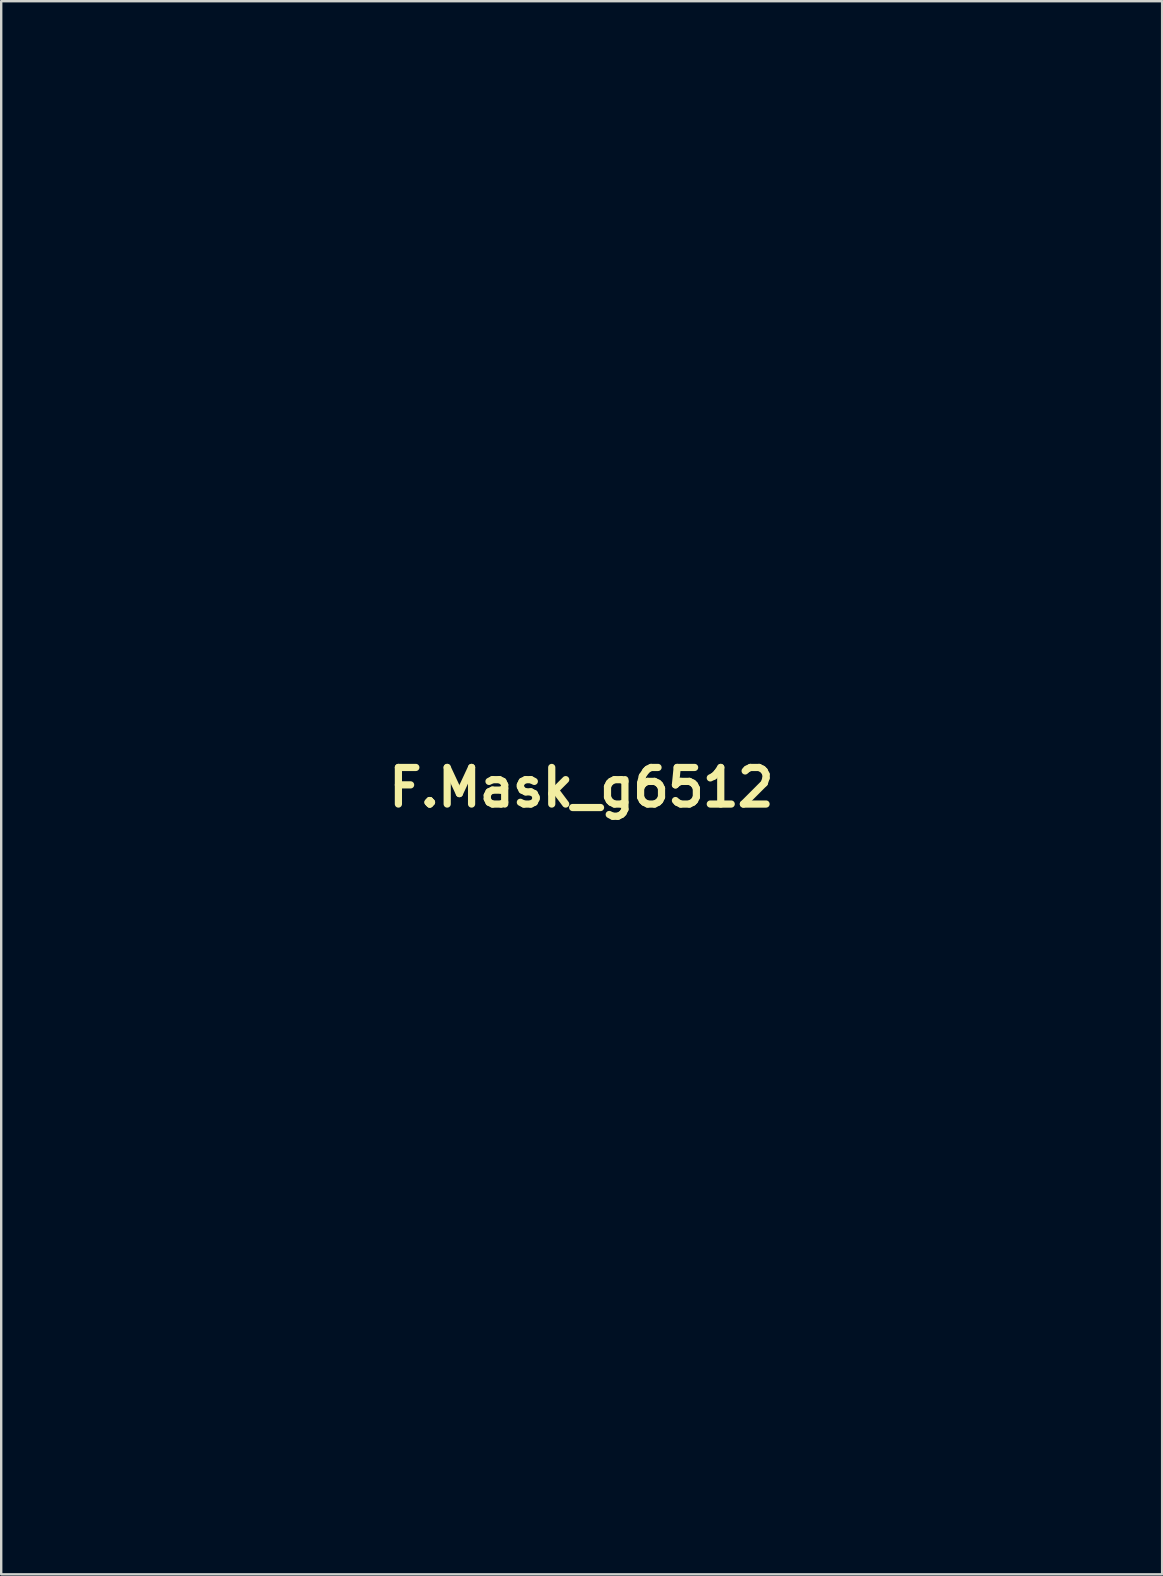
<source format=kicad_pcb>
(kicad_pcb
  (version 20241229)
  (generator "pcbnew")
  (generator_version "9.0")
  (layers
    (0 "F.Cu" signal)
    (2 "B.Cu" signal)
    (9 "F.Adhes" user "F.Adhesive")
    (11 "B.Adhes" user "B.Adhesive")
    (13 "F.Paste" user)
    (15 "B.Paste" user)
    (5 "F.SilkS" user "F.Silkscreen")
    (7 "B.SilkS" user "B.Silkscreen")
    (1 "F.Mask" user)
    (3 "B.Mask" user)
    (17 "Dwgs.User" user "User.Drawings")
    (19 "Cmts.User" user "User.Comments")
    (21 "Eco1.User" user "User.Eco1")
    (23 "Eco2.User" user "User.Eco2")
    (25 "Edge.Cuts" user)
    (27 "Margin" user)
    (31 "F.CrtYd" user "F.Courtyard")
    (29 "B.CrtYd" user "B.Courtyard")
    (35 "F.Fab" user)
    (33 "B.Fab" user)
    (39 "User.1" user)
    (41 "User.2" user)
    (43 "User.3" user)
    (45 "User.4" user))
  (footprint "F.Mask_g6512"
    (layer "F.Cu")
    (at 21.163 29.748)
    (property "Reference" "F.Mask_g6512" (at 0 0 0) (layer "F.SilkS") (effects (font (size 1.524 1.524) (thickness 0.3))))
    (attr through_hole)
    (fp_poly (pts (xy -18.923 11.506) (xy -21.057 11.506) (xy -21.044 10.173) (xy -18.923 10.159) (xy -18.923 11.506)) (stroke (width 0.01) (type solid)) (fill yes) (layer "F.Mask"))
    (fp_poly (pts (xy -18.923 14.046) (xy -21.057 14.046) (xy -21.044 12.713) (xy -18.923 12.699) (xy -18.923 14.046)) (stroke (width 0.01) (type solid)) (fill yes) (layer "F.Mask"))
    (fp_poly (pts (xy -18.923 16.586) (xy -21.057 16.586) (xy -21.044 15.253) (xy -18.923 15.239) (xy -18.923 16.586)) (stroke (width 0.01) (type solid)) (fill yes) (layer "F.Mask"))
    (fp_poly (pts (xy -7.036 26.949) (xy -7.341 26.949) (xy -7.341 25.832) (xy -7.036 25.832) (xy -7.036 26.949)) (stroke (width 0.01) (type solid)) (fill yes) (layer "F.Mask"))
    (fp_poly (pts (xy 21.082 11.506) (xy 18.948 11.506) (xy 18.948 10.16) (xy 21.082 10.16) (xy 21.082 11.506)) (stroke (width 0.01) (type solid)) (fill yes) (layer "F.Mask"))
    (fp_poly (pts (xy 21.082 14.046) (xy 18.948 14.046) (xy 18.948 12.7) (xy 21.082 12.7) (xy 21.082 14.046)) (stroke (width 0.01) (type solid)) (fill yes) (layer "F.Mask"))
    (fp_poly (pts (xy 21.082 16.586) (xy 18.948 16.586) (xy 18.948 15.24) (xy 21.082 15.24) (xy 21.082 16.586)) (stroke (width 0.01) (type solid)) (fill yes) (layer "F.Mask"))
    (fp_poly (pts (xy -7.106 25.371) (xy -7.036 25.425) (xy -6.992 25.498) (xy -6.985 25.54) (xy -7.007 25.621) (xy -7.063 25.683) (xy -7.14 25.719) (xy -7.224 25.724) (xy -7.3 25.693) (xy -7.315 25.679) (xy -7.361 25.604) (xy -7.367 25.52) (xy -7.34 25.44) (xy -7.284 25.379) (xy -7.204 25.35) (xy -7.187 25.349) (xy -7.106 25.371)) (stroke (width 0.01) (type solid)) (fill yes) (layer "F.Mask"))
    (fp_poly (pts (xy -2.704 26.556) (xy -2.619 26.613) (xy -2.614 26.617) (xy -2.554 26.702) (xy -2.545 26.787) (xy -2.587 26.871) (xy -2.597 26.884) (xy -2.681 26.947) (xy -2.772 26.963) (xy -2.845 26.943) (xy -2.92 26.879) (xy -2.956 26.796) (xy -2.952 26.705) (xy -2.907 26.622) (xy -2.877 26.593) (xy -2.79 26.549) (xy -2.704 26.556)) (stroke (width 0.01) (type solid)) (fill yes) (layer "F.Mask"))
    (fp_poly (pts (xy -6.401 25.832) (xy -6.096 25.832) (xy -6.096 26.111) (xy -6.403 26.111) (xy -6.395 26.384) (xy -6.388 26.657) (xy -6.242 26.665) (xy -6.096 26.673) (xy -6.096 26.949) (xy -6.267 26.947) (xy -6.361 26.945) (xy -6.437 26.939) (xy -6.477 26.933) (xy -6.561 26.9) (xy -6.622 26.858) (xy -6.664 26.8) (xy -6.689 26.718) (xy -6.702 26.603) (xy -6.706 26.447) (xy -6.706 26.417) (xy -6.706 26.111) (xy -6.883 26.111) (xy -6.883 25.832) (xy -6.706 25.832) (xy -6.706 25.578) (xy -6.401 25.578) (xy -6.401 25.832)) (stroke (width 0.01) (type solid)) (fill yes) (layer "F.Mask"))
    (fp_poly (pts (xy -20.371 21.328) (xy -16.402 25.155) (xy -12.433 28.981) (xy 12.46 28.981) (xy 16.428 25.155) (xy 20.396 21.329) (xy 20.396 19.669) (xy 20.396 18.009) (xy 21.184 18.009) (xy 21.183 20.149) (xy 21.181 22.288) (xy 20.617 22.827) (xy 20.539 22.902) (xy 20.426 23.011) (xy 20.281 23.15) (xy 20.107 23.318) (xy 19.904 23.512) (xy 19.677 23.731) (xy 19.426 23.973) (xy 19.155 24.234) (xy 18.865 24.514) (xy 18.559 24.809) (xy 18.239 25.117) (xy 17.907 25.438) (xy 17.566 25.767) (xy 17.217 26.103) (xy 16.864 26.445) (xy 16.739 26.565) (xy 13.424 29.765) (xy -13.399 29.765) (xy -17.272 26.027) (xy -21.145 22.289) (xy -21.152 20.149) (xy -21.158 18.009) (xy -20.371 18.009) (xy -20.371 21.328)) (stroke (width 0.01) (type solid)) (fill yes) (layer "F.Mask"))
    (fp_poly (pts (xy -4.406 26.307) (xy -4.456 26.456) (xy -4.502 26.591) (xy -4.54 26.702) (xy -4.568 26.783) (xy -4.583 26.825) (xy -4.584 26.827) (xy -4.633 26.887) (xy -4.717 26.934) (xy -4.819 26.96) (xy -4.923 26.962) (xy -4.945 26.958) (xy -4.993 26.942) (xy -5.036 26.914) (xy -5.076 26.866) (xy -5.117 26.794) (xy -5.162 26.692) (xy -5.214 26.553) (xy -5.277 26.372) (xy -5.29 26.332) (xy -5.457 25.832) (xy -5.114 25.832) (xy -4.989 26.238) (xy -4.947 26.372) (xy -4.909 26.488) (xy -4.878 26.577) (xy -4.857 26.631) (xy -4.85 26.644) (xy -4.838 26.621) (xy -4.813 26.558) (xy -4.78 26.462) (xy -4.74 26.342) (xy -4.709 26.245) (xy -4.583 25.845) (xy -4.414 25.837) (xy -4.245 25.83) (xy -4.406 26.307)) (stroke (width 0.01) (type solid)) (fill yes) (layer "F.Mask"))
    (fp_poly (pts (xy -8.433 26.06) (xy -8.312 26.06) (xy -8.171 26.049) (xy -8.057 26.018) (xy -7.979 25.97) (xy -7.964 25.952) (xy -7.943 25.903) (xy -7.93 25.822) (xy -7.925 25.701) (xy -7.925 25.661) (xy -7.925 25.425) (xy -7.595 25.425) (xy -7.595 25.66) (xy -7.599 25.824) (xy -7.615 25.949) (xy -7.645 26.045) (xy -7.691 26.123) (xy -7.746 26.183) (xy -7.842 26.275) (xy -7.751 26.46) (xy -7.705 26.551) (xy -7.671 26.606) (xy -7.641 26.634) (xy -7.604 26.643) (xy -7.564 26.645) (xy -7.468 26.645) (xy -7.468 26.955) (xy -7.632 26.945) (xy -7.737 26.933) (xy -7.819 26.908) (xy -7.886 26.861) (xy -7.947 26.787) (xy -8.012 26.676) (xy -8.057 26.585) (xy -8.177 26.34) (xy -8.433 26.34) (xy -8.433 26.949) (xy -8.763 26.949) (xy -8.763 25.425) (xy -8.433 25.425) (xy -8.433 26.06)) (stroke (width 0.01) (type solid)) (fill yes) (layer "F.Mask"))
    (fp_poly (pts (xy -12.84 25.431) (xy -12.694 25.436) (xy -12.587 25.443) (xy -12.508 25.452) (xy -12.445 25.466) (xy -12.387 25.487) (xy -12.322 25.518) (xy -12.308 25.524) (xy -12.148 25.625) (xy -12.031 25.748) (xy -11.955 25.898) (xy -11.919 26.078) (xy -11.916 26.233) (xy -11.941 26.421) (xy -12 26.576) (xy -12.096 26.704) (xy -12.176 26.774) (xy -12.256 26.83) (xy -12.333 26.871) (xy -12.417 26.9) (xy -12.519 26.92) (xy -12.65 26.933) (xy -12.82 26.941) (xy -12.846 26.942) (xy -13.208 26.956) (xy -13.208 26.645) (xy -12.878 26.645) (xy -12.719 26.644) (xy -12.598 26.636) (xy -12.503 26.608) (xy -12.461 26.587) (xy -12.344 26.498) (xy -12.271 26.387) (xy -12.243 26.292) (xy -12.235 26.129) (xy -12.271 25.988) (xy -12.347 25.873) (xy -12.459 25.789) (xy -12.603 25.741) (xy -12.719 25.731) (xy -12.878 25.73) (xy -12.878 26.645) (xy -13.208 26.645) (xy -13.208 25.418) (xy -12.84 25.431)) (stroke (width 0.01) (type solid)) (fill yes) (layer "F.Mask"))
    (fp_poly (pts (xy -10.211 26.239) (xy -10.167 26.372) (xy -10.126 26.485) (xy -10.092 26.571) (xy -10.068 26.621) (xy -10.057 26.631) (xy -10.034 26.596) (xy -10.033 26.589) (xy -10.026 26.557) (xy -10.005 26.485) (xy -9.975 26.383) (xy -9.937 26.261) (xy -9.917 26.197) (xy -9.802 25.832) (xy -9.638 25.832) (xy -9.54 25.836) (xy -9.488 25.847) (xy -9.476 25.864) (xy -9.485 25.896) (xy -9.508 25.969) (xy -9.543 26.074) (xy -9.587 26.204) (xy -9.638 26.35) (xy -9.647 26.376) (xy -9.712 26.555) (xy -9.765 26.693) (xy -9.81 26.794) (xy -9.851 26.865) (xy -9.893 26.912) (xy -9.939 26.94) (xy -9.993 26.956) (xy -10.034 26.963) (xy -10.122 26.961) (xy -10.203 26.939) (xy -10.272 26.895) (xy -10.324 26.84) (xy -10.342 26.802) (xy -10.372 26.726) (xy -10.411 26.62) (xy -10.456 26.496) (xy -10.504 26.361) (xy -10.551 26.225) (xy -10.594 26.097) (xy -10.63 25.987) (xy -10.655 25.904) (xy -10.667 25.857) (xy -10.668 25.852) (xy -10.645 25.842) (xy -10.584 25.834) (xy -10.504 25.832) (xy -10.34 25.832) (xy -10.211 26.239)) (stroke (width 0.01) (type solid)) (fill yes) (layer "F.Mask"))
    (fp_poly (pts (xy -11.074 25.83) (xy -10.941 25.895) (xy -10.836 25.999) (xy -10.762 26.135) (xy -10.724 26.3) (xy -10.719 26.389) (xy -10.719 26.492) (xy -11.088 26.492) (xy -11.231 26.492) (xy -11.331 26.494) (xy -11.394 26.497) (xy -11.428 26.504) (xy -11.439 26.516) (xy -11.435 26.533) (xy -11.429 26.545) (xy -11.368 26.606) (xy -11.262 26.647) (xy -11.115 26.668) (xy -11.037 26.67) (xy -10.846 26.67) (xy -10.846 26.949) (xy -11.043 26.948) (xy -11.157 26.943) (xy -11.269 26.931) (xy -11.354 26.915) (xy -11.355 26.915) (xy -11.509 26.857) (xy -11.624 26.774) (xy -11.709 26.661) (xy -11.72 26.639) (xy -11.773 26.484) (xy -11.784 26.328) (xy -11.772 26.264) (xy -11.457 26.264) (xy -11.253 26.264) (xy -11.148 26.262) (xy -11.086 26.255) (xy -11.056 26.242) (xy -11.049 26.226) (xy -11.071 26.169) (xy -11.126 26.118) (xy -11.197 26.089) (xy -11.225 26.086) (xy -11.317 26.096) (xy -11.378 26.131) (xy -11.419 26.19) (xy -11.457 26.264) (xy -11.772 26.264) (xy -11.755 26.179) (xy -11.691 26.046) (xy -11.594 25.937) (xy -11.468 25.86) (xy -11.424 25.845) (xy -11.336 25.823) (xy -11.258 25.809) (xy -11.229 25.807) (xy -11.074 25.83)) (stroke (width 0.01) (type solid)) (fill yes) (layer "F.Mask"))
    (fp_poly (pts (xy -1.6 25.442) (xy -1.457 25.508) (xy -1.341 25.609) (xy -1.272 25.714) (xy -1.25 25.762) (xy -1.235 25.81) (xy -1.226 25.867) (xy -1.222 25.943) (xy -1.221 26.048) (xy -1.223 26.192) (xy -1.224 26.222) (xy -1.227 26.372) (xy -1.231 26.48) (xy -1.237 26.556) (xy -1.247 26.611) (xy -1.263 26.652) (xy -1.286 26.691) (xy -1.308 26.724) (xy -1.417 26.836) (xy -1.555 26.915) (xy -1.712 26.958) (xy -1.875 26.96) (xy -1.943 26.947) (xy -2.093 26.885) (xy -2.216 26.784) (xy -2.306 26.65) (xy -2.337 26.566) (xy -2.35 26.493) (xy -2.357 26.384) (xy -2.361 26.253) (xy -2.36 26.114) (xy -2.356 25.981) (xy -2.347 25.87) (xy -2.344 25.853) (xy -2.032 25.853) (xy -2.032 26.522) (xy -1.958 26.596) (xy -1.866 26.657) (xy -1.767 26.67) (xy -1.666 26.633) (xy -1.628 26.604) (xy -1.549 26.538) (xy -1.549 25.836) (xy -1.628 25.771) (xy -1.727 25.714) (xy -1.827 25.707) (xy -1.923 25.749) (xy -1.958 25.779) (xy -2.032 25.853) (xy -2.344 25.853) (xy -2.334 25.794) (xy -2.281 25.682) (xy -2.191 25.577) (xy -2.078 25.49) (xy -1.956 25.434) (xy -1.928 25.427) (xy -1.76 25.413) (xy -1.6 25.442)) (stroke (width 0.01) (type solid)) (fill yes) (layer "F.Mask"))
    (fp_poly (pts (xy -3.854 25.426) (xy -3.728 25.428) (xy -3.611 25.434) (xy -3.519 25.444) (xy -3.474 25.452) (xy -3.358 25.505) (xy -3.254 25.59) (xy -3.187 25.681) (xy -3.154 25.79) (xy -3.152 25.914) (xy -3.179 26.032) (xy -3.208 26.088) (xy -3.266 26.175) (xy -3.208 26.261) (xy -3.167 26.344) (xy -3.15 26.445) (xy -3.15 26.484) (xy -3.165 26.625) (xy -3.214 26.736) (xy -3.302 26.831) (xy -3.371 26.879) (xy -3.451 26.913) (xy -3.552 26.935) (xy -3.684 26.946) (xy -3.854 26.949) (xy -4.14 26.949) (xy -4.14 26.645) (xy -3.852 26.645) (xy -3.724 26.644) (xy -3.637 26.64) (xy -3.581 26.632) (xy -3.545 26.617) (xy -3.52 26.596) (xy -3.519 26.595) (xy -3.479 26.519) (xy -3.481 26.437) (xy -3.522 26.368) (xy -3.53 26.36) (xy -3.569 26.338) (xy -3.623 26.323) (xy -3.705 26.316) (xy -3.826 26.314) (xy -4.064 26.314) (xy -4.064 26.035) (xy -3.828 26.035) (xy -3.684 26.03) (xy -3.583 26.014) (xy -3.52 25.984) (xy -3.487 25.937) (xy -3.48 25.883) (xy -3.486 25.823) (xy -3.508 25.781) (xy -3.553 25.753) (xy -3.63 25.738) (xy -3.745 25.731) (xy -3.85 25.73) (xy -4.14 25.73) (xy -4.14 25.425) (xy -3.854 25.426)) (stroke (width 0.01) (type solid)) (fill yes) (layer "F.Mask"))
    (fp_poly (pts (xy 13.763 -29.742) (xy 14.287 -29.741) (xy 17.462 -24.919) (xy 17.758 -24.469) (xy 18.047 -24.031) (xy 18.327 -23.605) (xy 18.596 -23.194) (xy 18.855 -22.801) (xy 19.101 -22.425) (xy 19.334 -22.071) (xy 19.551 -21.739) (xy 19.753 -21.431) (xy 19.937 -21.149) (xy 20.102 -20.896) (xy 20.248 -20.673) (xy 20.372 -20.481) (xy 20.474 -20.324) (xy 20.553 -20.202) (xy 20.606 -20.118) (xy 20.634 -20.073) (xy 20.637 -20.067) (xy 20.617 -20.047) (xy 20.559 -20.008) (xy 20.472 -19.952) (xy 20.364 -19.885) (xy 20.241 -19.81) (xy 20.111 -19.733) (xy 19.982 -19.657) (xy 19.862 -19.587) (xy 19.757 -19.528) (xy 19.675 -19.484) (xy 19.624 -19.46) (xy 19.612 -19.456) (xy 19.596 -19.477) (xy 19.553 -19.539) (xy 19.485 -19.639) (xy 19.393 -19.775) (xy 19.279 -19.946) (xy 19.143 -20.149) (xy 18.987 -20.384) (xy 18.813 -20.646) (xy 18.621 -20.936) (xy 18.413 -21.25) (xy 18.19 -21.586) (xy 17.953 -21.944) (xy 17.705 -22.32) (xy 17.446 -22.713) (xy 17.177 -23.121) (xy 16.9 -23.541) (xy 16.7 -23.844) (xy 16.418 -24.273) (xy 16.143 -24.691) (xy 15.876 -25.095) (xy 15.62 -25.484) (xy 15.374 -25.857) (xy 15.141 -26.21) (xy 14.922 -26.542) (xy 14.718 -26.851) (xy 14.531 -27.135) (xy 14.362 -27.391) (xy 14.211 -27.619) (xy 14.081 -27.815) (xy 13.973 -27.979) (xy 13.887 -28.107) (xy 13.826 -28.199) (xy 13.791 -28.251) (xy 13.783 -28.263) (xy 13.773 -28.257) (xy 13.75 -28.23) (xy 13.713 -28.181) (xy 13.661 -28.109) (xy 13.594 -28.013) (xy 13.51 -27.891) (xy 13.409 -27.743) (xy 13.291 -27.568) (xy 13.153 -27.363) (xy 12.996 -27.128) (xy 12.819 -26.863) (xy 12.621 -26.565) (xy 12.401 -26.233) (xy 12.158 -25.867) (xy 11.892 -25.465) (xy 11.602 -25.026) (xy 11.287 -24.548) (xy 10.947 -24.032) (xy 10.579 -23.475) (xy 10.3 -23.05) (xy 6.845 -17.806) (xy -6.82 -17.806) (xy -10.274 -23.05) (xy -10.66 -23.637) (xy -11.02 -24.182) (xy -11.353 -24.687) (xy -11.661 -25.153) (xy -11.944 -25.581) (xy -12.203 -25.973) (xy -12.439 -26.329) (xy -12.652 -26.651) (xy -12.844 -26.94) (xy -13.015 -27.196) (xy -13.167 -27.422) (xy -13.299 -27.618) (xy -13.412 -27.786) (xy -13.508 -27.927) (xy -13.587 -28.041) (xy -13.65 -28.13) (xy -13.698 -28.196) (xy -13.731 -28.239) (xy -13.751 -28.261) (xy -13.757 -28.263) (xy -13.773 -28.239) (xy -13.816 -28.175) (xy -13.885 -28.072) (xy -13.977 -27.933) (xy -14.093 -27.758) (xy -14.229 -27.552) (xy -14.386 -27.314) (xy -14.562 -27.048) (xy -14.756 -26.754) (xy -14.966 -26.436) (xy -15.191 -26.095) (xy -15.429 -25.733) (xy -15.681 -25.352) (xy -15.943 -24.954) (xy -16.215 -24.541) (xy -16.496 -24.114) (xy -16.784 -23.677) (xy -16.803 -23.647) (xy -17.096 -23.203) (xy -17.383 -22.767) (xy -17.664 -22.341) (xy -17.936 -21.927) (xy -18.199 -21.527) (xy -18.452 -21.144) (xy -18.692 -20.779) (xy -18.918 -20.436) (xy -19.129 -20.116) (xy -19.323 -19.821) (xy -19.5 -19.553) (xy -19.656 -19.315) (xy -19.792 -19.109) (xy -19.906 -18.936) (xy -19.996 -18.8) (xy -20.06 -18.702) (xy -20.096 -18.648) (xy -20.371 -18.234) (xy -20.371 8.814) (xy -21.158 8.814) (xy -21.158 -19.266) (xy -17.71 -24.503) (xy -14.262 -29.741) (xy -13.738 -29.742) (xy -13.213 -29.743) (xy -9.686 -24.385) (xy -6.16 -19.027) (xy 6.185 -19.027) (xy 9.712 -24.385) (xy 13.239 -29.743) (xy 13.763 -29.742)) (stroke (width 0.01) (type solid)) (fill yes) (layer "F.Mask")))
  (gr_rect
    (start -3 -3)
    (end 45.352 62.519)
    (stroke (width 0.1) (type default))
    (fill no)
    (layer "Edge.Cuts")))
</source>
